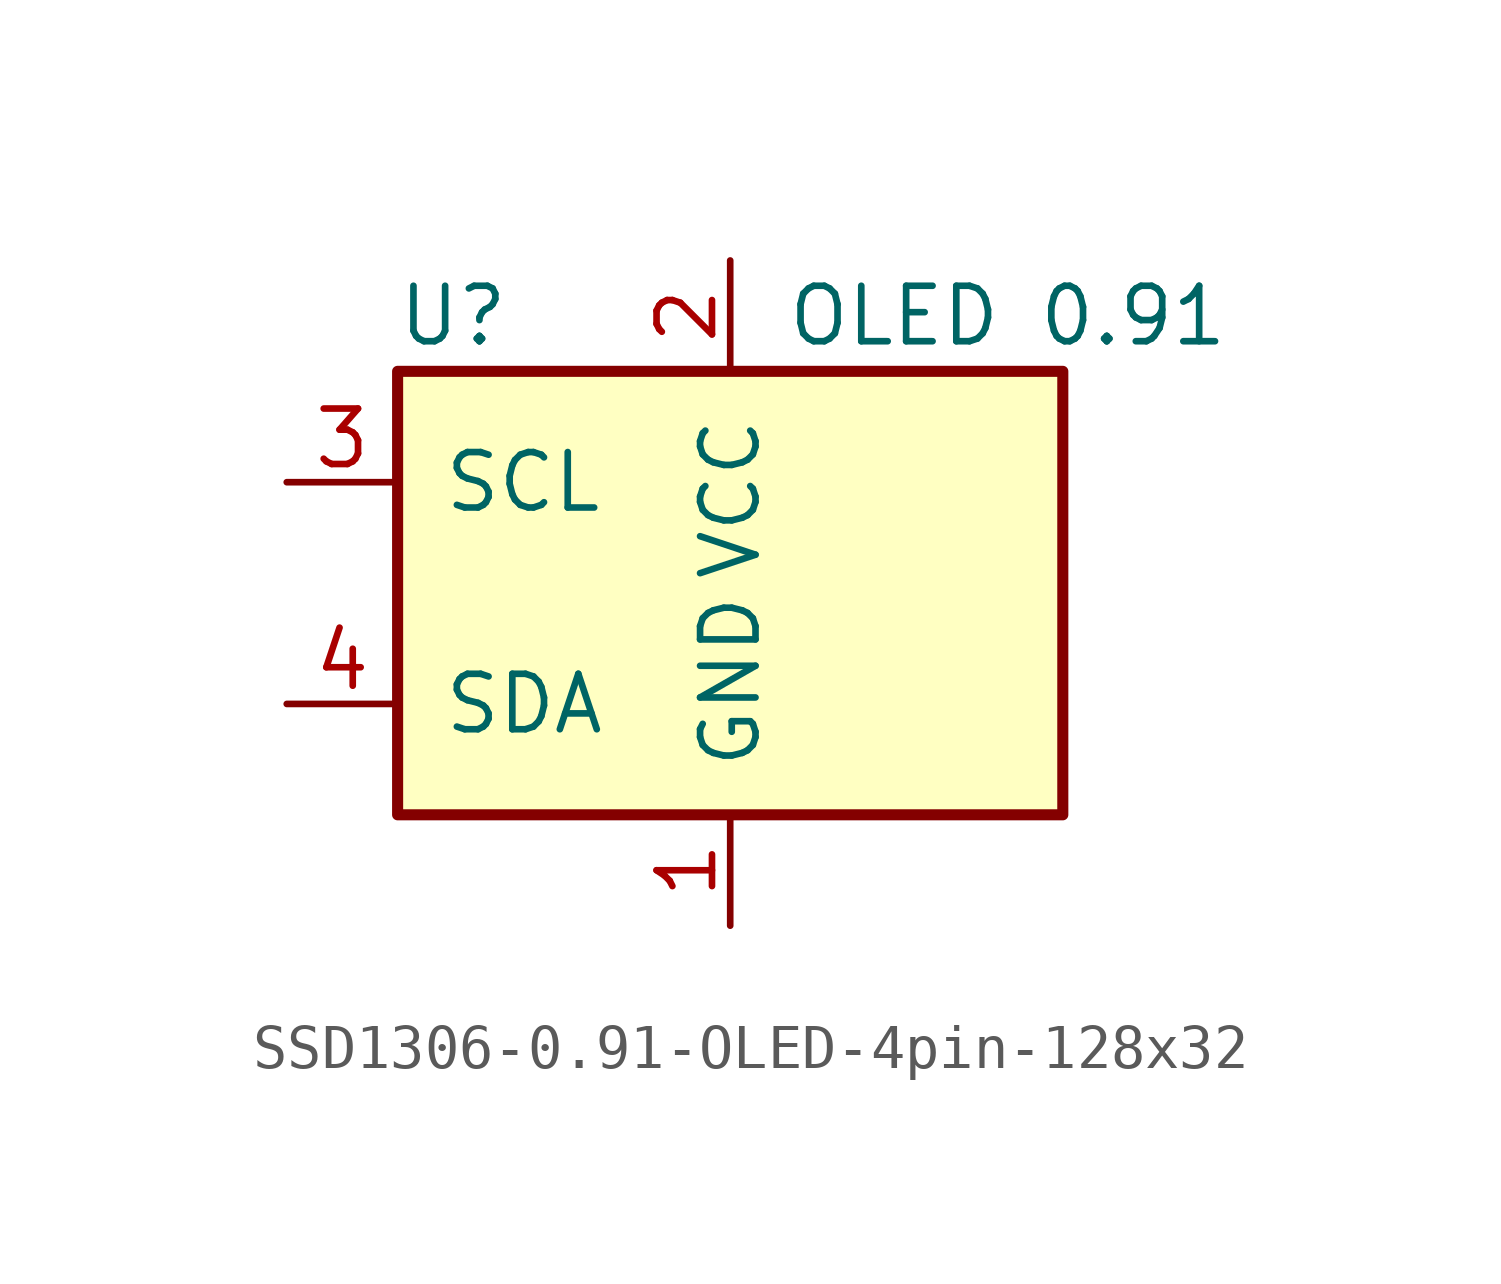
<source format=kicad_sym>
(kicad_symbol_lib
  (version 20220914)
  (generator kicad_symbol_editor)
  (symbol "SSD1306-0.91-OLED-4pin-128x32"
    (pin_names
      (offset 1.016))
    (property "Reference" "U"
      (at -6.35 6.35 0)
      (effects (font (size 1.27 1.27))))
    (property "Value" "OLED 0.91"
      (at 1.27 6.35 0)
      (effects (font (size 1.27 1.27)) (justify left)))
    (symbol "SSD1306-0.91-OLED-4pin-128x32_0_1"
      (rectangle (start -7.62 5.08) (end 7.62 -5.08) (stroke (width 0.254) (type default)) (fill (type background))))
    (symbol "SSD1306-0.91-OLED-4pin-128x32_1_1"
      (pin power_in line (at 0 -7.62 90) (length 2.54) (name "GND" (effects (font (size 1.27 1.27)))) (number "1" (effects (font (size 1.27 1.27)))))
      (pin power_in line (at 0 7.62 270) (length 2.54) (name "VCC" (effects (font (size 1.27 1.27)))) (number "2" (effects (font (size 1.27 1.27)))))
      (pin input line (at -10.16 2.54 0) (length 2.54) (name "SCL" (effects (font (size 1.27 1.27)))) (number "3" (effects (font (size 1.27 1.27)))))
      (pin bidirectional line (at -10.16 -2.54 0) (length 2.54) (name "SDA" (effects (font (size 1.27 1.27)))) (number "4" (effects (font (size 1.27 1.27))))))))
</source>
